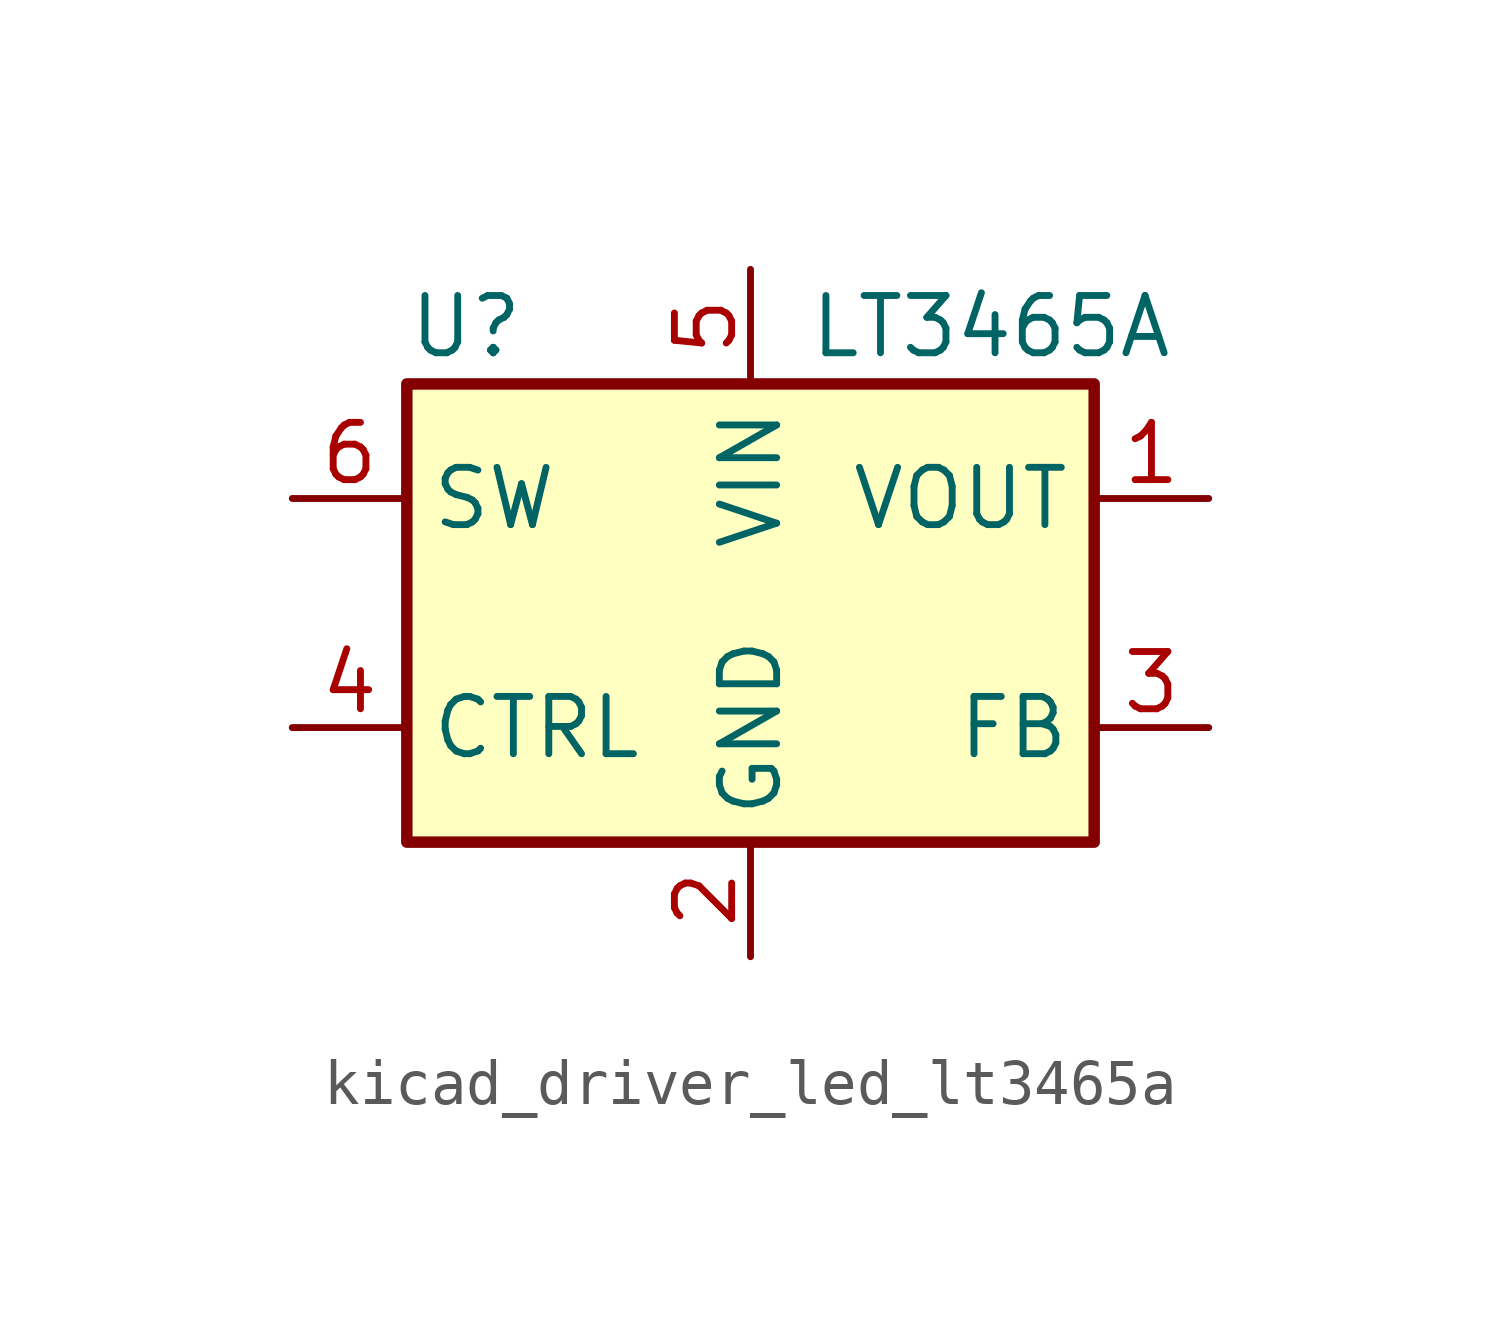
<source format=kicad_sym>
(kicad_symbol_lib
  (version 20220914)
  (generator kicad_symbol_editor)
  (symbol "kicad_driver_led_lt3465a"
    (property "Reference" "U"
      (at -7.62 6.35 0)
      (effects (font (size 1.27 1.27)) (justify left)))
    (property "Value" "LT3465A"
      (at 1.27 6.35 0)
      (effects (font (size 1.27 1.27)) (justify left)))
    (symbol "kicad_driver_led_lt3465a_0_1"
      (rectangle (start -7.62 5.08) (end 7.62 -5.08) (stroke (width 0.254) (type default)) (fill (type background))))
    (symbol "kicad_driver_led_lt3465a_1_1"
      (pin power_out line (at 10.16 2.54 180) (length 2.54) (name "VOUT" (effects (font (size 1.27 1.27)))) (number "1" (effects (font (size 1.27 1.27)))))
      (pin power_in line (at 0 -7.62 90) (length 2.54) (name "GND" (effects (font (size 1.27 1.27)))) (number "2" (effects (font (size 1.27 1.27)))))
      (pin input line (at 10.16 -2.54 180) (length 2.54) (name "FB" (effects (font (size 1.27 1.27)))) (number "3" (effects (font (size 1.27 1.27)))))
      (pin input line (at -10.16 -2.54 0) (length 2.54) (name "CTRL" (effects (font (size 1.27 1.27)))) (number "4" (effects (font (size 1.27 1.27)))))
      (pin power_in line (at 0 7.62 270) (length 2.54) (name "VIN" (effects (font (size 1.27 1.27)))) (number "5" (effects (font (size 1.27 1.27)))))
      (pin output line (at -10.16 2.54 0) (length 2.54) (name "SW" (effects (font (size 1.27 1.27)))) (number "6" (effects (font (size 1.27 1.27))))))))
</source>
